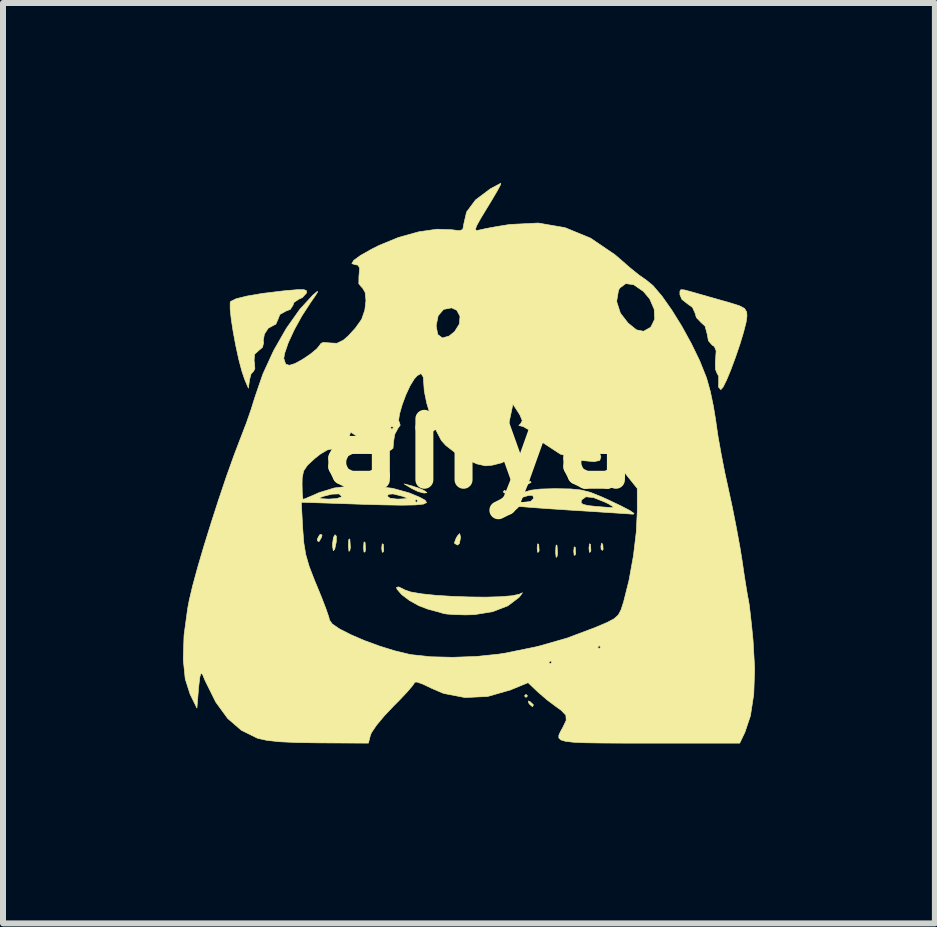
<source format=kicad_pcb>
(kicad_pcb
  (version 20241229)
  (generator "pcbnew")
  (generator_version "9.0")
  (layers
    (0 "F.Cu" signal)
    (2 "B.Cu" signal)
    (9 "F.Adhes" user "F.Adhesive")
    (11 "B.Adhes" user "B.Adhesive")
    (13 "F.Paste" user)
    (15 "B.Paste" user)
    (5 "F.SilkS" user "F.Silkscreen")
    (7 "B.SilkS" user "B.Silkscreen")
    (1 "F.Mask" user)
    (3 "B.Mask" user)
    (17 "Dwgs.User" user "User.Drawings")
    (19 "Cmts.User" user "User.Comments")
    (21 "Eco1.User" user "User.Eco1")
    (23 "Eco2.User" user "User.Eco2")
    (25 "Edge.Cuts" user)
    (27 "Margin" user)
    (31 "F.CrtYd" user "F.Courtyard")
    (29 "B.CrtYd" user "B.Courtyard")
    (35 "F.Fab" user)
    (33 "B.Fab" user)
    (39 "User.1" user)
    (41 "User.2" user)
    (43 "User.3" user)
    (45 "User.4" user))
  (footprint "anya"
    (layer "F.Cu")
    (at 4.932 4.259)
    (property "Reference" "anya" (at 0 0 0) (layer "F.SilkS") (effects (font (size 1.524 1.524) (thickness 0.3))))
    (attr through_hole)
    (fp_poly (pts (xy 0.457 0.889) (xy 0.432 0.914) (xy 0.406 0.889) (xy 0.432 0.864) (xy 0.457 0.889)) (stroke (width 0.01) (type solid)) (fill yes) (layer "F.SilkS"))
    (fp_poly (pts (xy 0.813 4.293) (xy 0.787 4.318) (xy 0.762 4.293) (xy 0.787 4.267) (xy 0.813 4.293)) (stroke (width 0.01) (type solid)) (fill yes) (layer "F.SilkS"))
    (fp_poly (pts (xy -1.592 1.765) (xy -1.585 1.869) (xy -1.592 1.892) (xy -1.61 1.899) (xy -1.618 1.829) (xy -1.61 1.757) (xy -1.592 1.765)) (stroke (width 0.01) (type solid)) (fill yes) (layer "F.SilkS"))
    (fp_poly (pts (xy 0.999 1.765) (xy 1.006 1.869) (xy 0.999 1.892) (xy 0.98 1.899) (xy 0.973 1.829) (xy 0.981 1.757) (xy 0.999 1.765)) (stroke (width 0.01) (type solid)) (fill yes) (layer "F.SilkS"))
    (fp_poly (pts (xy 1.608 1.816) (xy 1.615 1.92) (xy 1.608 1.943) (xy 1.59 1.949) (xy 1.583 1.88) (xy 1.591 1.807) (xy 1.608 1.816)) (stroke (width 0.01) (type solid)) (fill yes) (layer "F.SilkS"))
    (fp_poly (pts (xy 1.862 1.765) (xy 1.869 1.869) (xy 1.862 1.892) (xy 1.844 1.899) (xy 1.837 1.829) (xy 1.845 1.757) (xy 1.862 1.765)) (stroke (width 0.01) (type solid)) (fill yes) (layer "F.SilkS"))
    (fp_poly (pts (xy 2.067 1.768) (xy 2.073 1.848) (xy 2.063 1.866) (xy 2.04 1.851) (xy 2.036 1.799) (xy 2.048 1.745) (xy 2.067 1.768)) (stroke (width 0.01) (type solid)) (fill yes) (layer "F.SilkS"))
    (fp_poly (pts (xy -2.613 1.609) (xy -2.622 1.648) (xy -2.663 1.72) (xy -2.69 1.708) (xy -2.692 1.679) (xy -2.656 1.611) (xy -2.642 1.601) (xy -2.613 1.609)) (stroke (width 0.01) (type solid)) (fill yes) (layer "F.SilkS"))
    (fp_poly (pts (xy 0.856 4.389) (xy 0.91 4.44) (xy 0.899 4.47) (xy 0.892 4.47) (xy 0.849 4.434) (xy 0.833 4.412) (xy 0.827 4.377) (xy 0.856 4.389)) (stroke (width 0.01) (type solid)) (fill yes) (layer "F.SilkS"))
    (fp_poly (pts (xy -2.149 1.689) (xy -2.141 1.818) (xy -2.149 1.867) (xy -2.164 1.883) (xy -2.172 1.812) (xy -2.173 1.778) (xy -2.167 1.686) (xy -2.154 1.675) (xy -2.149 1.689)) (stroke (width 0.01) (type solid)) (fill yes) (layer "F.SilkS"))
    (fp_poly (pts (xy -1.898 1.732) (xy -1.895 1.741) (xy -1.888 1.852) (xy -1.897 1.893) (xy -1.914 1.895) (xy -1.921 1.815) (xy -1.92 1.803) (xy -1.913 1.725) (xy -1.898 1.732)) (stroke (width 0.01) (type solid)) (fill yes) (layer "F.SilkS"))
    (fp_poly (pts (xy 1.305 1.791) (xy 1.313 1.92) (xy 1.305 1.968) (xy 1.29 1.984) (xy 1.282 1.914) (xy 1.282 1.88) (xy 1.287 1.787) (xy 1.3 1.776) (xy 1.305 1.791)) (stroke (width 0.01) (type solid)) (fill yes) (layer "F.SilkS"))
    (fp_poly (pts (xy -2.374 1.63) (xy -2.376 1.724) (xy -2.377 1.73) (xy -2.402 1.848) (xy -2.425 1.872) (xy -2.437 1.801) (xy -2.438 1.756) (xy -2.423 1.651) (xy -2.397 1.606) (xy -2.374 1.63)) (stroke (width 0.01) (type solid)) (fill yes) (layer "F.SilkS"))
    (fp_poly (pts (xy -1.118 0.791) (xy -0.989 0.834) (xy -0.914 0.868) (xy -0.864 0.903) (xy -0.904 0.911) (xy -0.914 0.911) (xy -1.012 0.886) (xy -1.118 0.834) (xy -1.245 0.758) (xy -1.118 0.791)) (stroke (width 0.01) (type solid)) (fill yes) (layer "F.SilkS"))
    (fp_poly (pts (xy -0.306 1.636) (xy -0.306 1.664) (xy -0.324 1.753) (xy -0.356 1.778) (xy -0.404 1.749) (xy -0.406 1.74) (xy -0.38 1.669) (xy -0.356 1.626) (xy -0.319 1.586) (xy -0.306 1.636)) (stroke (width 0.01) (type solid)) (fill yes) (layer "F.SilkS"))
    (fp_poly (pts (xy 0.864 0.717) (xy 0.872 0.733) (xy 0.801 0.771) (xy 0.762 0.787) (xy 0.623 0.836) (xy 0.543 0.854) (xy 0.533 0.841) (xy 0.607 0.799) (xy 0.635 0.786) (xy 0.764 0.737) (xy 0.863 0.717) (xy 0.864 0.717)) (stroke (width 0.01) (type solid)) (fill yes) (layer "F.SilkS"))
    (fp_poly (pts (xy -1.248 2.517) (xy -1.236 2.525) (xy -1.132 2.561) (xy -0.951 2.591) (xy -0.714 2.616) (xy -0.443 2.633) (xy -0.159 2.643) (xy 0.116 2.646) (xy 0.361 2.639) (xy 0.556 2.623) (xy 0.678 2.597) (xy 0.699 2.586) (xy 0.728 2.573) (xy 0.692 2.624) (xy 0.667 2.653) (xy 0.484 2.791) (xy 0.229 2.889) (xy -0.075 2.938) (xy -0.225 2.942) (xy -0.397 2.937) (xy -0.53 2.928) (xy -0.584 2.92) (xy -0.662 2.896) (xy -0.796 2.86) (xy -0.849 2.846) (xy -1.001 2.788) (xy -1.157 2.701) (xy -1.286 2.603) (xy -1.362 2.515) (xy -1.372 2.484) (xy -1.336 2.475) (xy -1.248 2.517)) (stroke (width 0.01) (type solid)) (fill yes) (layer "F.SilkS"))
    (fp_poly (pts (xy 3.426 -2.476) (xy 3.545 -2.444) (xy 3.636 -2.418) (xy 3.835 -2.361) (xy 4.064 -2.296) (xy 4.178 -2.264) (xy 4.342 -2.213) (xy 4.43 -2.167) (xy 4.466 -2.108) (xy 4.471 -2.043) (xy 4.456 -1.934) (xy 4.413 -1.767) (xy 4.352 -1.566) (xy 4.279 -1.352) (xy 4.203 -1.147) (xy 4.132 -0.975) (xy 4.073 -0.856) (xy 4.035 -0.813) (xy 3.997 -0.855) (xy 4 -0.934) (xy 3.999 -1.039) (xy 3.972 -1.086) (xy 3.946 -1.152) (xy 3.944 -1.277) (xy 3.948 -1.32) (xy 3.957 -1.461) (xy 3.927 -1.533) (xy 3.893 -1.554) (xy 3.828 -1.628) (xy 3.81 -1.731) (xy 3.772 -1.872) (xy 3.708 -1.93) (xy 3.627 -2.015) (xy 3.607 -2.086) (xy 3.563 -2.184) (xy 3.48 -2.244) (xy 3.386 -2.318) (xy 3.353 -2.396) (xy 3.353 -2.454) (xy 3.369 -2.48) (xy 3.426 -2.476)) (stroke (width 0.01) (type solid)) (fill yes) (layer "F.SilkS"))
    (fp_poly (pts (xy -2.915 -2.48) (xy -2.871 -2.462) (xy -2.873 -2.423) (xy -2.873 -2.423) (xy -2.943 -2.347) (xy -3.001 -2.321) (xy -3.081 -2.267) (xy -3.099 -2.218) (xy -3.142 -2.151) (xy -3.213 -2.124) (xy -3.316 -2.067) (xy -3.344 -1.994) (xy -3.383 -1.905) (xy -3.431 -1.88) (xy -3.511 -1.837) (xy -3.574 -1.738) (xy -3.594 -1.628) (xy -3.587 -1.597) (xy -3.605 -1.52) (xy -3.665 -1.469) (xy -3.739 -1.402) (xy -3.746 -1.294) (xy -3.74 -1.265) (xy -3.733 -1.162) (xy -3.756 -1.118) (xy -3.757 -1.118) (xy -3.797 -1.074) (xy -3.822 -0.978) (xy -3.841 -0.838) (xy -3.902 -0.981) (xy -3.95 -1.123) (xy -4.001 -1.316) (xy -4.05 -1.54) (xy -4.093 -1.769) (xy -4.126 -1.981) (xy -4.145 -2.153) (xy -4.145 -2.261) (xy -4.137 -2.284) (xy -4.044 -2.329) (xy -3.862 -2.374) (xy -3.602 -2.418) (xy -3.278 -2.457) (xy -3.213 -2.464) (xy -3.023 -2.48) (xy -2.915 -2.48)) (stroke (width 0.01) (type solid)) (fill yes) (layer "F.SilkS"))
    (fp_poly (pts (xy 1.531 0.842) (xy 1.707 0.86) (xy 1.863 0.9) (xy 2.04 0.971) (xy 2.134 1.013) (xy 2.362 1.121) (xy 2.516 1.201) (xy 2.588 1.25) (xy 2.574 1.264) (xy 2.563 1.263) (xy 2.5 1.258) (xy 2.351 1.248) (xy 2.133 1.234) (xy 1.861 1.216) (xy 1.552 1.197) (xy 1.483 1.193) (xy 1.17 1.172) (xy 0.893 1.152) (xy 0.668 1.134) (xy 0.51 1.119) (xy 0.434 1.109) (xy 0.43 1.107) (xy 0.454 1.074) (xy 1.706 1.074) (xy 1.739 1.1) (xy 1.824 1.12) (xy 1.977 1.136) (xy 2.214 1.154) (xy 2.235 1.155) (xy 2.241 1.14) (xy 2.171 1.095) (xy 2.108 1.064) (xy 1.913 0.986) (xy 1.786 0.973) (xy 1.716 1.024) (xy 1.71 1.039) (xy 1.706 1.074) (xy 0.454 1.074) (xy 0.456 1.072) (xy 0.483 1.053) (xy 0.573 1.053) (xy 0.627 1.065) (xy 0.728 1.067) (xy 0.865 1.051) (xy 0.914 1) (xy 0.914 0.993) (xy 0.898 0.949) (xy 0.83 0.951) (xy 0.749 0.975) (xy 0.613 1.025) (xy 0.573 1.053) (xy 0.483 1.053) (xy 0.549 1.006) (xy 0.623 0.962) (xy 0.746 0.9) (xy 0.87 0.863) (xy 1.027 0.844) (xy 1.249 0.838) (xy 1.295 0.838) (xy 1.531 0.842)) (stroke (width 0.01) (type solid)) (fill yes) (layer "F.SilkS"))
    (fp_poly (pts (xy 0.359 -4.222) (xy 0.305 -4.122) (xy 0.216 -3.971) (xy 0.146 -3.856) (xy 0.03 -3.665) (xy -0.036 -3.546) (xy -0.057 -3.484) (xy -0.038 -3.465) (xy 0.008 -3.474) (xy 0.115 -3.498) (xy 0.288 -3.53) (xy 0.492 -3.563) (xy 0.52 -3.567) (xy 0.989 -3.591) (xy 1.437 -3.514) (xy 1.863 -3.339) (xy 2.268 -3.064) (xy 2.371 -2.976) (xy 2.528 -2.839) (xy 2.671 -2.724) (xy 2.772 -2.653) (xy 2.781 -2.648) (xy 2.903 -2.549) (xy 3.052 -2.374) (xy 3.216 -2.142) (xy 3.383 -1.873) (xy 3.542 -1.584) (xy 3.682 -1.296) (xy 3.79 -1.026) (xy 3.802 -0.991) (xy 3.859 -0.787) (xy 3.912 -0.533) (xy 3.953 -0.281) (xy 3.956 -0.254) (xy 3.989 -0.03) (xy 4.04 0.255) (xy 4.1 0.564) (xy 4.16 0.838) (xy 4.228 1.153) (xy 4.296 1.498) (xy 4.356 1.827) (xy 4.393 2.057) (xy 4.427 2.291) (xy 4.459 2.491) (xy 4.483 2.634) (xy 4.495 2.692) (xy 4.508 2.771) (xy 4.527 2.928) (xy 4.55 3.139) (xy 4.572 3.363) (xy 4.599 3.839) (xy 4.584 4.264) (xy 4.529 4.623) (xy 4.437 4.898) (xy 4.35 5.08) (xy 2.835 5.08) (xy 2.393 5.08) (xy 2.042 5.078) (xy 1.774 5.074) (xy 1.578 5.065) (xy 1.447 5.05) (xy 1.368 5.026) (xy 1.334 4.993) (xy 1.335 4.948) (xy 1.361 4.89) (xy 1.397 4.826) (xy 1.457 4.701) (xy 1.452 4.615) (xy 1.373 4.532) (xy 1.297 4.478) (xy 1.138 4.359) (xy 0.985 4.227) (xy 0.972 4.215) (xy 0.822 4.072) (xy 0.525 4.194) (xy 0.148 4.302) (xy -0.23 4.32) (xy -0.588 4.251) (xy -0.782 4.168) (xy -0.928 4.098) (xy -1.031 4.061) (xy -1.067 4.065) (xy -1.101 4.118) (xy -1.192 4.225) (xy -1.325 4.366) (xy -1.419 4.46) (xy -1.576 4.626) (xy -1.705 4.781) (xy -1.787 4.902) (xy -1.806 4.945) (xy -1.84 5.08) (xy -2.66 5.076) (xy -3.035 5.07) (xy -3.321 5.057) (xy -3.53 5.034) (xy -3.675 5.002) (xy -3.692 4.997) (xy -3.958 4.866) (xy -4.186 4.669) (xy -4.385 4.396) (xy -4.564 4.035) (xy -4.604 3.937) (xy -4.629 3.911) (xy -4.65 3.975) (xy -4.669 4.134) (xy -4.672 4.166) (xy -4.699 4.496) (xy -4.813 4.264) (xy -4.894 4.01) (xy -4.922 3.734) (xy 1.168 3.734) (xy 1.194 3.759) (xy 1.219 3.734) (xy 1.194 3.708) (xy 1.168 3.734) (xy -4.922 3.734) (xy -4.927 3.679) (xy -4.914 3.282) (xy -4.853 2.833) (xy -4.826 2.692) (xy -4.77 2.456) (xy -4.686 2.147) (xy -4.58 1.787) (xy -4.459 1.398) (xy -4.351 1.064) (xy -2.959 1.064) (xy -2.935 1.51) (xy -2.917 1.742) (xy -2.885 1.936) (xy -2.828 2.133) (xy -2.737 2.369) (xy -2.7 2.457) (xy -2.613 2.67) (xy -2.544 2.851) (xy -2.5 2.98) (xy -2.489 3.028) (xy -2.443 3.093) (xy -2.318 3.178) (xy -2.133 3.272) (xy -1.906 3.37) (xy -1.657 3.461) (xy -1.404 3.54) (xy -1.167 3.597) (xy -1.118 3.606) (xy -0.806 3.64) (xy -0.435 3.649) (xy -0.043 3.635) (xy 0.328 3.597) (xy 0.438 3.58) (xy 0.928 3.48) (xy 1.981 3.48) (xy 2.007 3.505) (xy 2.032 3.48) (xy 2.007 3.454) (xy 1.981 3.48) (xy 0.928 3.48) (xy 0.981 3.469) (xy 1.471 3.329) (xy 1.942 3.152) (xy 2.135 3.07) (xy 2.255 3.007) (xy 2.327 2.942) (xy 2.373 2.854) (xy 2.414 2.726) (xy 2.505 2.363) (xy 2.578 1.958) (xy 2.626 1.556) (xy 2.642 1.223) (xy 2.642 0.834) (xy 2.306 0.414) (xy 2.134 0.207) (xy 2.015 0.078) (xy 1.949 0.03) (xy 1.939 0.062) (xy 1.986 0.176) (xy 1.996 0.197) (xy 2.036 0.306) (xy 2.016 0.367) (xy 1.923 0.387) (xy 1.747 0.371) (xy 1.687 0.362) (xy 1.359 0.261) (xy 1.063 0.067) (xy 0.943 -0.047) (xy 0.832 -0.145) (xy 0.736 -0.2) (xy 0.714 -0.204) (xy 0.667 -0.216) (xy 0.697 -0.244) (xy 0.725 -0.296) (xy 0.687 -0.389) (xy 0.663 -0.427) (xy 0.569 -0.572) (xy 0.508 -0.281) (xy 0.48 -0.086) (xy 0.473 0.097) (xy 0.48 0.183) (xy 0.493 0.305) (xy 0.457 0.369) (xy 0.38 0.407) (xy 0.225 0.446) (xy 0.111 0.457) (xy -0.032 0.425) (xy -0.214 0.344) (xy -0.399 0.234) (xy -0.552 0.115) (xy -0.624 0.034) (xy -0.713 -0.136) (xy -0.799 -0.357) (xy -0.868 -0.589) (xy -0.909 -0.791) (xy -0.914 -0.866) (xy -0.925 -1.021) (xy -0.961 -1.081) (xy -1.026 -1.047) (xy -1.076 -0.991) (xy -1.146 -0.877) (xy -1.217 -0.724) (xy -1.278 -0.559) (xy -1.321 -0.409) (xy -1.337 -0.301) (xy -1.323 -0.263) (xy -1.31 -0.221) (xy -1.347 -0.17) (xy -1.402 -0.066) (xy -1.422 0.061) (xy -1.43 0.165) (xy -1.474 0.198) (xy -1.585 0.183) (xy -1.587 0.183) (xy -1.735 0.133) (xy -1.901 0.049) (xy -1.943 0.023) (xy -2.135 -0.104) (xy -2.185 0.027) (xy -2.223 0.144) (xy -2.235 0.212) (xy -2.272 0.242) (xy -2.311 0.234) (xy -2.422 0.189) (xy -2.453 0.176) (xy -2.525 0.192) (xy -2.641 0.261) (xy -2.733 0.333) (xy -2.857 0.448) (xy -2.921 0.543) (xy -2.944 0.659) (xy -2.946 0.766) (xy -2.943 0.91) (xy -2.934 1) (xy -2.927 1.016) (xy -2.875 0.997) (xy -2.86 0.99) (xy -2.655 0.99) (xy -2.638 1.004) (xy -2.53 1.01) (xy -2.502 1.011) (xy -2.37 1.003) (xy -2.294 0.978) (xy -2.286 0.965) (xy -1.524 0.965) (xy -1.479 0.997) (xy -1.368 1.011) (xy -1.333 1.011) (xy -1.219 1.005) (xy -1.197 0.993) (xy -1.259 0.969) (xy -1.27 0.965) (xy -1.429 0.925) (xy -1.509 0.932) (xy -1.524 0.965) (xy -2.286 0.965) (xy -2.329 0.925) (xy -2.448 0.929) (xy -2.591 0.965) (xy -2.655 0.99) (xy -2.86 0.99) (xy -2.759 0.947) (xy -2.661 0.903) (xy -2.409 0.826) (xy -2.099 0.789) (xy -1.762 0.791) (xy -1.435 0.832) (xy -1.156 0.91) (xy -0.992 0.978) (xy -0.895 1.03) (xy -0.87 1.069) (xy -0.923 1.095) (xy -1.057 1.109) (xy -1.279 1.113) (xy -1.593 1.108) (xy -1.911 1.099) (xy -2.959 1.064) (xy -4.351 1.064) (xy -4.344 1.041) (xy -1.067 1.041) (xy -1.041 1.067) (xy -1.016 1.041) (xy -1.041 1.016) (xy -1.067 1.041) (xy -4.344 1.041) (xy -4.331 1.003) (xy -4.203 0.623) (xy -4.08 0.28) (xy -3.972 -0.004) (xy -3.968 -0.013) (xy -3.905 -0.178) (xy -1.473 -0.178) (xy -1.448 -0.152) (xy -1.422 -0.178) (xy -1.448 -0.203) (xy -1.473 -0.178) (xy -3.905 -0.178) (xy -3.879 -0.244) (xy -3.794 -0.489) (xy -3.733 -0.685) (xy -3.6 -1.072) (xy -3.42 -1.464) (xy -3.209 -1.833) (xy -2.983 -2.153) (xy -2.767 -2.388) (xy -2.699 -2.446) (xy -2.684 -2.446) (xy -2.725 -2.38) (xy -2.81 -2.257) (xy -2.95 -2.041) (xy -3.076 -1.812) (xy -3.176 -1.596) (xy -3.237 -1.418) (xy -3.251 -1.333) (xy -3.22 -1.239) (xy -3.157 -1.219) (xy -3.067 -1.247) (xy -2.94 -1.316) (xy -2.807 -1.406) (xy -2.698 -1.496) (xy -2.643 -1.565) (xy -2.642 -1.574) (xy -2.598 -1.6) (xy -2.492 -1.593) (xy -2.486 -1.592) (xy -2.365 -1.586) (xy -2.258 -1.638) (xy -2.177 -1.708) (xy -2.058 -1.838) (xy -2.029 -1.878) (xy -0.711 -1.878) (xy -0.684 -1.733) (xy -0.608 -1.675) (xy -0.496 -1.706) (xy -0.403 -1.781) (xy -0.324 -1.907) (xy -0.313 -2.036) (xy -0.367 -2.137) (xy -0.454 -2.177) (xy -0.587 -2.151) (xy -0.677 -2.046) (xy -0.711 -1.878) (xy -2.029 -1.878) (xy -1.963 -1.971) (xy -1.951 -1.991) (xy -1.9 -2.139) (xy -1.883 -2.283) (xy 2.298 -2.283) (xy 2.361 -2.088) (xy 2.488 -1.924) (xy 2.629 -1.81) (xy 2.745 -1.786) (xy 2.855 -1.847) (xy 2.872 -1.863) (xy 2.933 -1.99) (xy 2.924 -2.154) (xy 2.85 -2.325) (xy 2.744 -2.451) (xy 2.582 -2.563) (xy 2.45 -2.581) (xy 2.351 -2.508) (xy 2.329 -2.468) (xy 2.298 -2.283) (xy -1.883 -2.283) (xy -1.881 -2.298) (xy -1.895 -2.435) (xy -1.942 -2.515) (xy -1.952 -2.52) (xy -2 -2.579) (xy -1.998 -2.709) (xy -1.996 -2.722) (xy -1.986 -2.841) (xy -2.015 -2.889) (xy -2.057 -2.896) (xy -2.116 -2.914) (xy -2.086 -2.967) (xy -1.976 -3.048) (xy -1.789 -3.154) (xy -1.66 -3.219) (xy -1.335 -3.352) (xy -1.003 -3.444) (xy -0.696 -3.488) (xy -0.451 -3.479) (xy -0.324 -3.463) (xy -0.268 -3.482) (xy -0.254 -3.545) (xy -0.254 -3.557) (xy -0.204 -3.774) (xy -0.055 -3.975) (xy 0.192 -4.161) (xy 0.367 -4.254) (xy 0.359 -4.222)) (stroke (width 0.01) (type solid)) (fill yes) (layer "F.SilkS")))
  (gr_rect
    (start -3 -3)
    (end 12.536 12.344)
    (stroke (width 0.1) (type default))
    (fill no)
    (layer "Edge.Cuts")))
</source>
